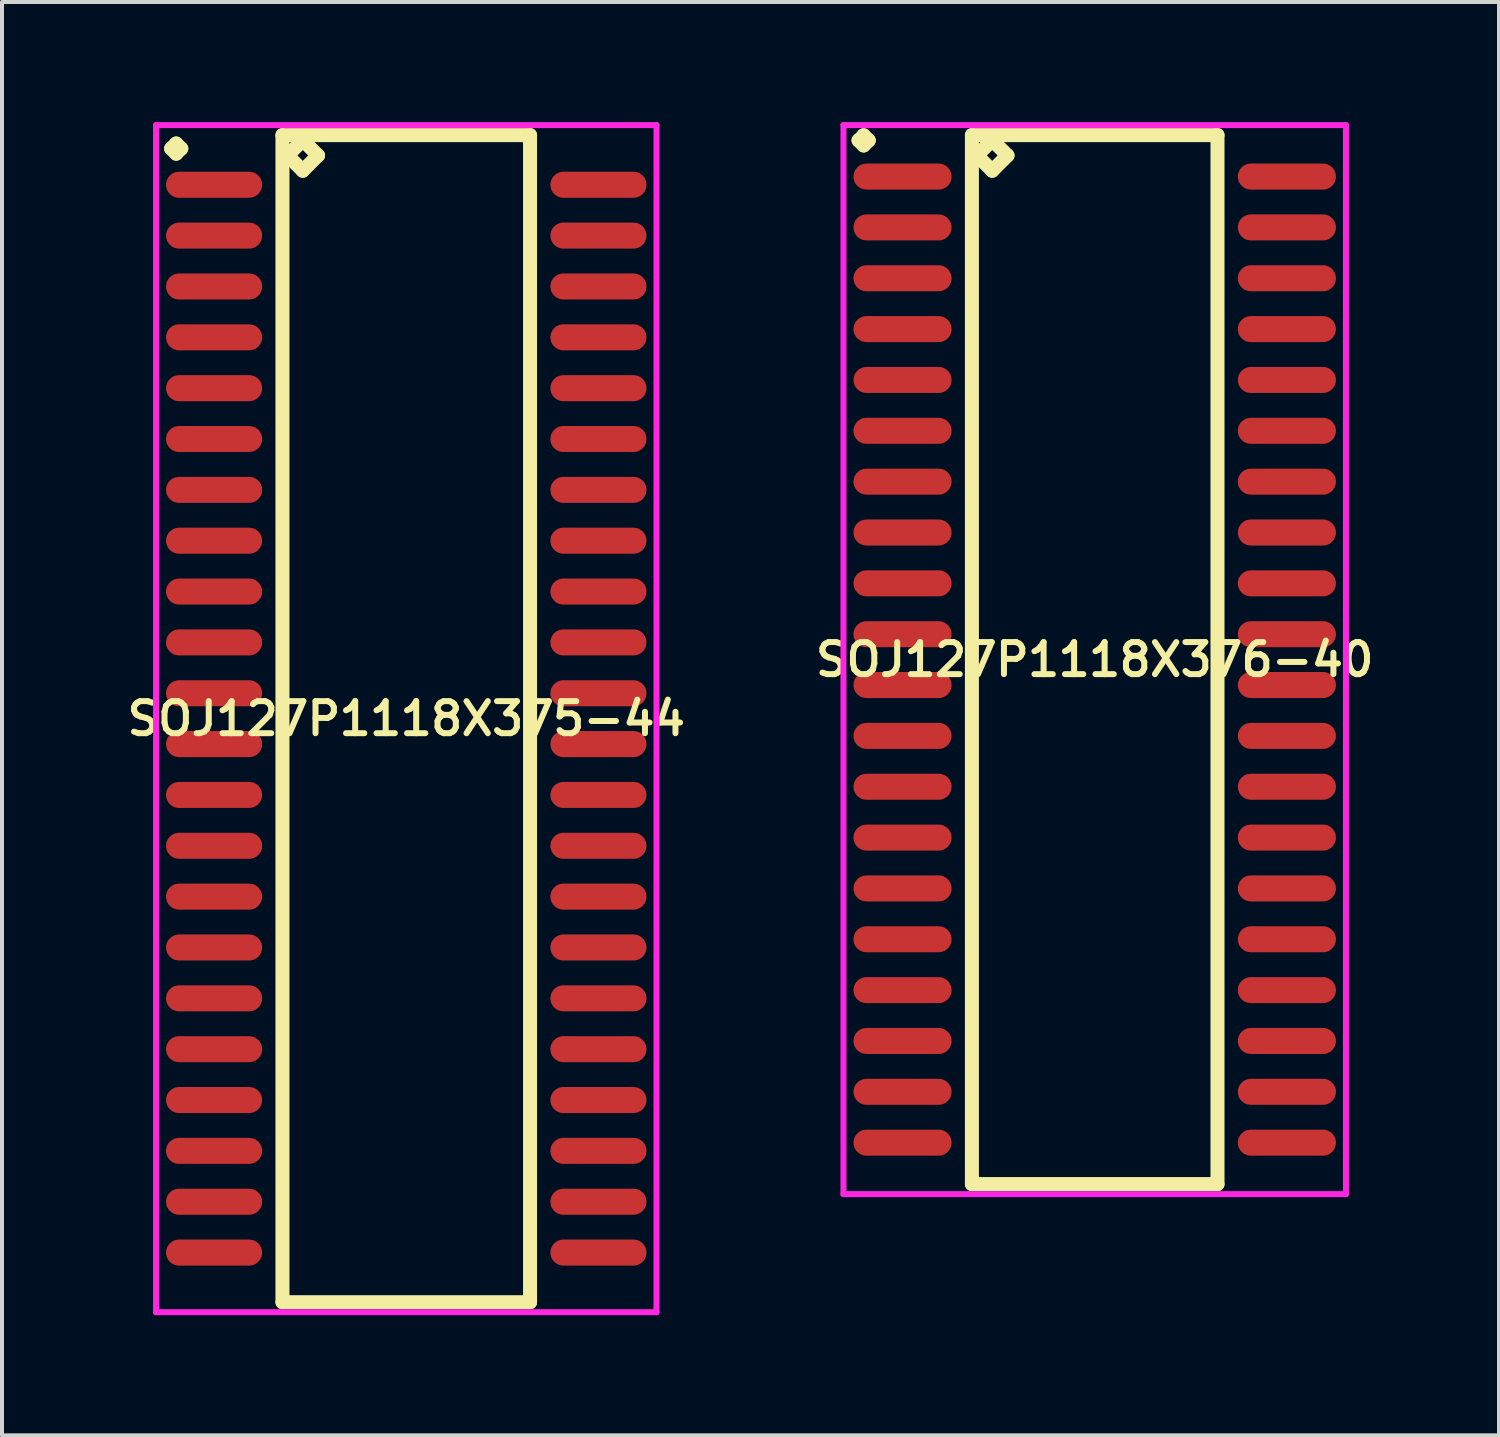
<source format=kicad_pcb>
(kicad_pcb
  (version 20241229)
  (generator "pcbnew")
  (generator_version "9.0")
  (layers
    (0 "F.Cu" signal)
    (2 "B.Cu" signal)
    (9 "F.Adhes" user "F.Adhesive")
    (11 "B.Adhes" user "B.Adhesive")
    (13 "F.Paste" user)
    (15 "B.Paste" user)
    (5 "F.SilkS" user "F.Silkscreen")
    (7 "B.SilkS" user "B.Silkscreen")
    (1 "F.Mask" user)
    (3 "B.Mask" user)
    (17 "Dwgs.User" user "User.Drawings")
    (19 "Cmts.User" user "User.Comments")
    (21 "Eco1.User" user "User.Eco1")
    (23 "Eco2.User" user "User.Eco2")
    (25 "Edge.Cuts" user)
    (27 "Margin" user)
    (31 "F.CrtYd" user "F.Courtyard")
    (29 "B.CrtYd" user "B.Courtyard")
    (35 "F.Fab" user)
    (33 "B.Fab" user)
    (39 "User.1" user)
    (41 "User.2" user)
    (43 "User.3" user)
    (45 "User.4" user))
  (footprint "SOJ127P1118X375-44"
    (layer "F.Cu")
    (at 7.097 14.9)
    (property "Reference" "SOJ127P1118X375-44" (at 0 0 0) (layer "F.SilkS") (effects (font (size 0.8 0.8) (thickness 0.15))))
    (attr smd)
    (fp_line (start -5.873 -14.239) (end -5.746 -14.366) (stroke (width 0.35) (type solid)) (layer "F.SilkS"))
    (fp_line (start -5.746 -14.366) (end -5.619 -14.239) (stroke (width 0.35) (type solid)) (layer "F.SilkS"))
    (fp_line (start -5.746 -14.112) (end -5.873 -14.239) (stroke (width 0.35) (type solid)) (layer "F.SilkS"))
    (fp_line (start -5.619 -14.239) (end -5.746 -14.112) (stroke (width 0.35) (type solid)) (layer "F.SilkS"))
    (fp_line (start -3.092 -14.575) (end -3.092 14.575) (stroke (width 0.35) (type solid)) (layer "F.SilkS"))
    (fp_line (start -3.092 14.575) (end 3.092 14.575) (stroke (width 0.35) (type solid)) (layer "F.SilkS"))
    (fp_line (start -2.965 -14.067) (end -2.584 -14.448) (stroke (width 0.35) (type solid)) (layer "F.SilkS"))
    (fp_line (start -2.584 -14.448) (end -2.203 -14.067) (stroke (width 0.35) (type solid)) (layer "F.SilkS"))
    (fp_line (start -2.584 -13.686) (end -2.965 -14.067) (stroke (width 0.35) (type solid)) (layer "F.SilkS"))
    (fp_line (start -2.203 -14.067) (end -2.584 -13.686) (stroke (width 0.35) (type solid)) (layer "F.SilkS"))
    (fp_line (start 3.092 -14.575) (end -3.092 -14.575) (stroke (width 0.35) (type solid)) (layer "F.SilkS"))
    (fp_line (start 3.092 14.575) (end 3.092 -14.575) (stroke (width 0.35) (type solid)) (layer "F.SilkS"))
    (fp_line (start -6.25 -14.825) (end 6.25 -14.825) (stroke (width 0.15) (type solid)) (layer "F.CrtYd"))
    (fp_line (start -6.25 14.825) (end -6.25 -14.825) (stroke (width 0.15) (type solid)) (layer "F.CrtYd"))
    (fp_line (start 6.25 -14.825) (end 6.25 14.825) (stroke (width 0.15) (type solid)) (layer "F.CrtYd"))
    (fp_line (start 6.25 14.825) (end -6.25 14.825) (stroke (width 0.15) (type solid)) (layer "F.CrtYd"))
    (pad "1" smd oval (at -4.8 -13.335) (size 2.4 0.65) (layers "F.Cu" "F.Mask" "F.Paste"))
    (pad "2" smd oval (at -4.8 -12.065) (size 2.4 0.65) (layers "F.Cu" "F.Mask" "F.Paste"))
    (pad "3" smd oval (at -4.8 -10.795) (size 2.4 0.65) (layers "F.Cu" "F.Mask" "F.Paste"))
    (pad "4" smd oval (at -4.8 -9.525) (size 2.4 0.65) (layers "F.Cu" "F.Mask" "F.Paste"))
    (pad "5" smd oval (at -4.8 -8.255) (size 2.4 0.65) (layers "F.Cu" "F.Mask" "F.Paste"))
    (pad "6" smd oval (at -4.8 -6.985) (size 2.4 0.65) (layers "F.Cu" "F.Mask" "F.Paste"))
    (pad "7" smd oval (at -4.8 -5.715) (size 2.4 0.65) (layers "F.Cu" "F.Mask" "F.Paste"))
    (pad "8" smd oval (at -4.8 -4.445) (size 2.4 0.65) (layers "F.Cu" "F.Mask" "F.Paste"))
    (pad "9" smd oval (at -4.8 -3.175) (size 2.4 0.65) (layers "F.Cu" "F.Mask" "F.Paste"))
    (pad "10" smd oval (at -4.8 -1.905) (size 2.4 0.65) (layers "F.Cu" "F.Mask" "F.Paste"))
    (pad "11" smd oval (at -4.8 -0.635) (size 2.4 0.65) (layers "F.Cu" "F.Mask" "F.Paste"))
    (pad "12" smd oval (at -4.8 0.635) (size 2.4 0.65) (layers "F.Cu" "F.Mask" "F.Paste"))
    (pad "13" smd oval (at -4.8 1.905) (size 2.4 0.65) (layers "F.Cu" "F.Mask" "F.Paste"))
    (pad "14" smd oval (at -4.8 3.175) (size 2.4 0.65) (layers "F.Cu" "F.Mask" "F.Paste"))
    (pad "15" smd oval (at -4.8 4.445) (size 2.4 0.65) (layers "F.Cu" "F.Mask" "F.Paste"))
    (pad "16" smd oval (at -4.8 5.715) (size 2.4 0.65) (layers "F.Cu" "F.Mask" "F.Paste"))
    (pad "17" smd oval (at -4.8 6.985) (size 2.4 0.65) (layers "F.Cu" "F.Mask" "F.Paste"))
    (pad "18" smd oval (at -4.8 8.255) (size 2.4 0.65) (layers "F.Cu" "F.Mask" "F.Paste"))
    (pad "19" smd oval (at -4.8 9.525) (size 2.4 0.65) (layers "F.Cu" "F.Mask" "F.Paste"))
    (pad "20" smd oval (at -4.8 10.795) (size 2.4 0.65) (layers "F.Cu" "F.Mask" "F.Paste"))
    (pad "21" smd oval (at -4.8 12.065) (size 2.4 0.65) (layers "F.Cu" "F.Mask" "F.Paste"))
    (pad "22" smd oval (at -4.8 13.335) (size 2.4 0.65) (layers "F.Cu" "F.Mask" "F.Paste"))
    (pad "23" smd oval (at 4.8 13.335) (size 2.4 0.65) (layers "F.Cu" "F.Mask" "F.Paste"))
    (pad "24" smd oval (at 4.8 12.065) (size 2.4 0.65) (layers "F.Cu" "F.Mask" "F.Paste"))
    (pad "25" smd oval (at 4.8 10.795) (size 2.4 0.65) (layers "F.Cu" "F.Mask" "F.Paste"))
    (pad "26" smd oval (at 4.8 9.525) (size 2.4 0.65) (layers "F.Cu" "F.Mask" "F.Paste"))
    (pad "27" smd oval (at 4.8 8.255) (size 2.4 0.65) (layers "F.Cu" "F.Mask" "F.Paste"))
    (pad "28" smd oval (at 4.8 6.985) (size 2.4 0.65) (layers "F.Cu" "F.Mask" "F.Paste"))
    (pad "29" smd oval (at 4.8 5.715) (size 2.4 0.65) (layers "F.Cu" "F.Mask" "F.Paste"))
    (pad "30" smd oval (at 4.8 4.445) (size 2.4 0.65) (layers "F.Cu" "F.Mask" "F.Paste"))
    (pad "31" smd oval (at 4.8 3.175) (size 2.4 0.65) (layers "F.Cu" "F.Mask" "F.Paste"))
    (pad "32" smd oval (at 4.8 1.905) (size 2.4 0.65) (layers "F.Cu" "F.Mask" "F.Paste"))
    (pad "33" smd oval (at 4.8 0.635) (size 2.4 0.65) (layers "F.Cu" "F.Mask" "F.Paste"))
    (pad "34" smd oval (at 4.8 -0.635) (size 2.4 0.65) (layers "F.Cu" "F.Mask" "F.Paste"))
    (pad "35" smd oval (at 4.8 -1.905) (size 2.4 0.65) (layers "F.Cu" "F.Mask" "F.Paste"))
    (pad "36" smd oval (at 4.8 -3.175) (size 2.4 0.65) (layers "F.Cu" "F.Mask" "F.Paste"))
    (pad "37" smd oval (at 4.8 -4.445) (size 2.4 0.65) (layers "F.Cu" "F.Mask" "F.Paste"))
    (pad "38" smd oval (at 4.8 -5.715) (size 2.4 0.65) (layers "F.Cu" "F.Mask" "F.Paste"))
    (pad "39" smd oval (at 4.8 -6.985) (size 2.4 0.65) (layers "F.Cu" "F.Mask" "F.Paste"))
    (pad "40" smd oval (at 4.8 -8.255) (size 2.4 0.65) (layers "F.Cu" "F.Mask" "F.Paste"))
    (pad "41" smd oval (at 4.8 -9.525) (size 2.4 0.65) (layers "F.Cu" "F.Mask" "F.Paste"))
    (pad "42" smd oval (at 4.8 -10.795) (size 2.4 0.65) (layers "F.Cu" "F.Mask" "F.Paste"))
    (pad "43" smd oval (at 4.8 -12.065) (size 2.4 0.65) (layers "F.Cu" "F.Mask" "F.Paste"))
    (pad "44" smd oval (at 4.8 -13.335) (size 2.4 0.65) (layers "F.Cu" "F.Mask" "F.Paste")))
  (footprint "SOJ127P1118X376-40"
    (layer "F.Cu")
    (at 24.292 13.425)
    (property "Reference" "SOJ127P1118X376-40" (at 0 0 0) (layer "F.SilkS") (effects (font (size 0.8 0.8) (thickness 0.15))))
    (attr smd)
    (fp_line (start -5.898 -12.969) (end -5.771 -13.096) (stroke (width 0.35) (type solid)) (layer "F.SilkS"))
    (fp_line (start -5.771 -13.096) (end -5.644 -12.969) (stroke (width 0.35) (type solid)) (layer "F.SilkS"))
    (fp_line (start -5.771 -12.842) (end -5.898 -12.969) (stroke (width 0.35) (type solid)) (layer "F.SilkS"))
    (fp_line (start -5.644 -12.969) (end -5.771 -12.842) (stroke (width 0.35) (type solid)) (layer "F.SilkS"))
    (fp_line (start -3.067 -13.1) (end -3.067 13.1) (stroke (width 0.35) (type solid)) (layer "F.SilkS"))
    (fp_line (start -3.067 13.1) (end 3.067 13.1) (stroke (width 0.35) (type solid)) (layer "F.SilkS"))
    (fp_line (start -2.94 -12.592) (end -2.559 -12.973) (stroke (width 0.35) (type solid)) (layer "F.SilkS"))
    (fp_line (start -2.559 -12.973) (end -2.178 -12.592) (stroke (width 0.35) (type solid)) (layer "F.SilkS"))
    (fp_line (start -2.559 -12.211) (end -2.94 -12.592) (stroke (width 0.35) (type solid)) (layer "F.SilkS"))
    (fp_line (start -2.178 -12.592) (end -2.559 -12.211) (stroke (width 0.35) (type solid)) (layer "F.SilkS"))
    (fp_line (start 3.067 -13.1) (end -3.067 -13.1) (stroke (width 0.35) (type solid)) (layer "F.SilkS"))
    (fp_line (start 3.067 13.1) (end 3.067 -13.1) (stroke (width 0.35) (type solid)) (layer "F.SilkS"))
    (fp_line (start -6.275 -13.35) (end 6.275 -13.35) (stroke (width 0.15) (type solid)) (layer "F.CrtYd"))
    (fp_line (start -6.275 13.35) (end -6.275 -13.35) (stroke (width 0.15) (type solid)) (layer "F.CrtYd"))
    (fp_line (start 6.275 -13.35) (end 6.275 13.35) (stroke (width 0.15) (type solid)) (layer "F.CrtYd"))
    (fp_line (start 6.275 13.35) (end -6.275 13.35) (stroke (width 0.15) (type solid)) (layer "F.CrtYd"))
    (pad "1" smd oval (at -4.8 -12.065) (size 2.45 0.65) (layers "F.Cu" "F.Mask" "F.Paste"))
    (pad "2" smd oval (at -4.8 -10.795) (size 2.45 0.65) (layers "F.Cu" "F.Mask" "F.Paste"))
    (pad "3" smd oval (at -4.8 -9.525) (size 2.45 0.65) (layers "F.Cu" "F.Mask" "F.Paste"))
    (pad "4" smd oval (at -4.8 -8.255) (size 2.45 0.65) (layers "F.Cu" "F.Mask" "F.Paste"))
    (pad "5" smd oval (at -4.8 -6.985) (size 2.45 0.65) (layers "F.Cu" "F.Mask" "F.Paste"))
    (pad "6" smd oval (at -4.8 -5.715) (size 2.45 0.65) (layers "F.Cu" "F.Mask" "F.Paste"))
    (pad "7" smd oval (at -4.8 -4.445) (size 2.45 0.65) (layers "F.Cu" "F.Mask" "F.Paste"))
    (pad "8" smd oval (at -4.8 -3.175) (size 2.45 0.65) (layers "F.Cu" "F.Mask" "F.Paste"))
    (pad "9" smd oval (at -4.8 -1.905) (size 2.45 0.65) (layers "F.Cu" "F.Mask" "F.Paste"))
    (pad "10" smd oval (at -4.8 -0.635) (size 2.45 0.65) (layers "F.Cu" "F.Mask" "F.Paste"))
    (pad "11" smd oval (at -4.8 0.635) (size 2.45 0.65) (layers "F.Cu" "F.Mask" "F.Paste"))
    (pad "12" smd oval (at -4.8 1.905) (size 2.45 0.65) (layers "F.Cu" "F.Mask" "F.Paste"))
    (pad "13" smd oval (at -4.8 3.175) (size 2.45 0.65) (layers "F.Cu" "F.Mask" "F.Paste"))
    (pad "14" smd oval (at -4.8 4.445) (size 2.45 0.65) (layers "F.Cu" "F.Mask" "F.Paste"))
    (pad "15" smd oval (at -4.8 5.715) (size 2.45 0.65) (layers "F.Cu" "F.Mask" "F.Paste"))
    (pad "16" smd oval (at -4.8 6.985) (size 2.45 0.65) (layers "F.Cu" "F.Mask" "F.Paste"))
    (pad "17" smd oval (at -4.8 8.255) (size 2.45 0.65) (layers "F.Cu" "F.Mask" "F.Paste"))
    (pad "18" smd oval (at -4.8 9.525) (size 2.45 0.65) (layers "F.Cu" "F.Mask" "F.Paste"))
    (pad "19" smd oval (at -4.8 10.795) (size 2.45 0.65) (layers "F.Cu" "F.Mask" "F.Paste"))
    (pad "20" smd oval (at -4.8 12.065) (size 2.45 0.65) (layers "F.Cu" "F.Mask" "F.Paste"))
    (pad "21" smd oval (at 4.8 12.065) (size 2.45 0.65) (layers "F.Cu" "F.Mask" "F.Paste"))
    (pad "22" smd oval (at 4.8 10.795) (size 2.45 0.65) (layers "F.Cu" "F.Mask" "F.Paste"))
    (pad "23" smd oval (at 4.8 9.525) (size 2.45 0.65) (layers "F.Cu" "F.Mask" "F.Paste"))
    (pad "24" smd oval (at 4.8 8.255) (size 2.45 0.65) (layers "F.Cu" "F.Mask" "F.Paste"))
    (pad "25" smd oval (at 4.8 6.985) (size 2.45 0.65) (layers "F.Cu" "F.Mask" "F.Paste"))
    (pad "26" smd oval (at 4.8 5.715) (size 2.45 0.65) (layers "F.Cu" "F.Mask" "F.Paste"))
    (pad "27" smd oval (at 4.8 4.445) (size 2.45 0.65) (layers "F.Cu" "F.Mask" "F.Paste"))
    (pad "28" smd oval (at 4.8 3.175) (size 2.45 0.65) (layers "F.Cu" "F.Mask" "F.Paste"))
    (pad "29" smd oval (at 4.8 1.905) (size 2.45 0.65) (layers "F.Cu" "F.Mask" "F.Paste"))
    (pad "30" smd oval (at 4.8 0.635) (size 2.45 0.65) (layers "F.Cu" "F.Mask" "F.Paste"))
    (pad "31" smd oval (at 4.8 -0.635) (size 2.45 0.65) (layers "F.Cu" "F.Mask" "F.Paste"))
    (pad "32" smd oval (at 4.8 -1.905) (size 2.45 0.65) (layers "F.Cu" "F.Mask" "F.Paste"))
    (pad "33" smd oval (at 4.8 -3.175) (size 2.45 0.65) (layers "F.Cu" "F.Mask" "F.Paste"))
    (pad "34" smd oval (at 4.8 -4.445) (size 2.45 0.65) (layers "F.Cu" "F.Mask" "F.Paste"))
    (pad "35" smd oval (at 4.8 -5.715) (size 2.45 0.65) (layers "F.Cu" "F.Mask" "F.Paste"))
    (pad "36" smd oval (at 4.8 -6.985) (size 2.45 0.65) (layers "F.Cu" "F.Mask" "F.Paste"))
    (pad "37" smd oval (at 4.8 -8.255) (size 2.45 0.65) (layers "F.Cu" "F.Mask" "F.Paste"))
    (pad "38" smd oval (at 4.8 -9.525) (size 2.45 0.65) (layers "F.Cu" "F.Mask" "F.Paste"))
    (pad "39" smd oval (at 4.8 -10.795) (size 2.45 0.65) (layers "F.Cu" "F.Mask" "F.Paste"))
    (pad "40" smd oval (at 4.8 -12.065) (size 2.45 0.65) (layers "F.Cu" "F.Mask" "F.Paste")))
  (gr_rect
    (start -3 -3)
    (end 34.39 32.8)
    (stroke (width 0.1) (type default))
    (fill no)
    (layer "Edge.Cuts")))
</source>
